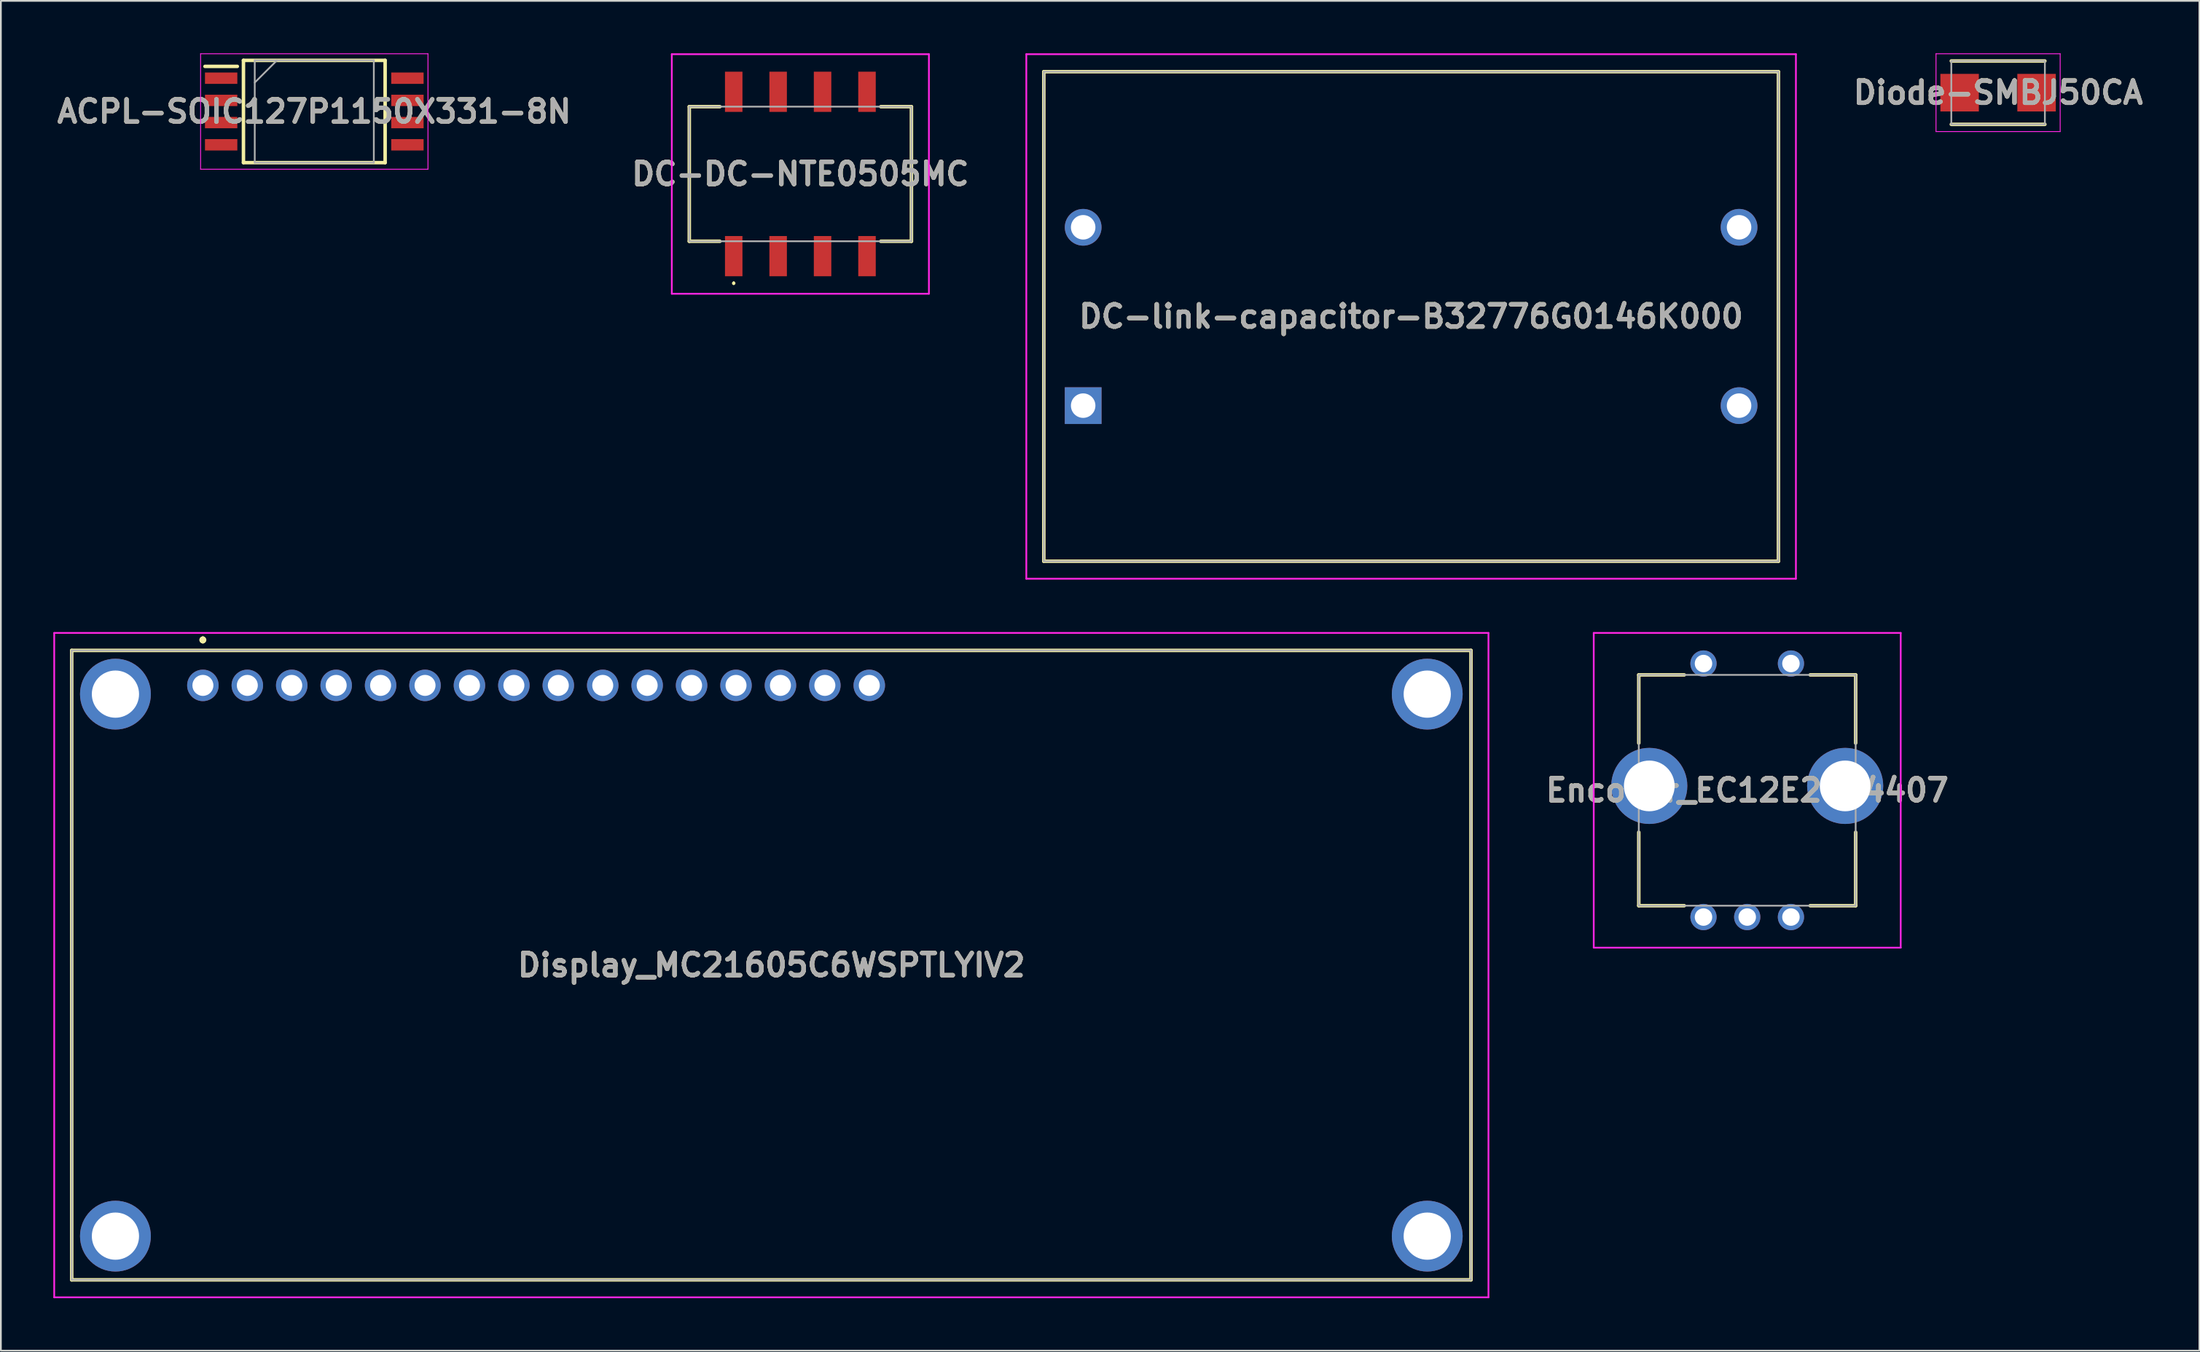
<source format=kicad_pcb>
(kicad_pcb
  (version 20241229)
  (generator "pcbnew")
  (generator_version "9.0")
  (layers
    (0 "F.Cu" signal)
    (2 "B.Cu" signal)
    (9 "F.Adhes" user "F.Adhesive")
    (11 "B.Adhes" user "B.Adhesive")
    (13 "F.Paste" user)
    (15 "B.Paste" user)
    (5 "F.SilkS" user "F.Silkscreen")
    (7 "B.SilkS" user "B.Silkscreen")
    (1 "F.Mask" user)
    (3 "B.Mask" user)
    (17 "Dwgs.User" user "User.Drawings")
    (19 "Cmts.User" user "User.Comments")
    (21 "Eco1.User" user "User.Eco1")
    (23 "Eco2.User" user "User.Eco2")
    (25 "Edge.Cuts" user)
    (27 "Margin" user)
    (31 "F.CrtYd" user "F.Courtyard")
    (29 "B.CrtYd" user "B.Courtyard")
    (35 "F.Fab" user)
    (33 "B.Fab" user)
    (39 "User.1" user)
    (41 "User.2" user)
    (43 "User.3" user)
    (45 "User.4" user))
  (footprint "Diode-SMBJ50CA"
    (layer "F.Cu")
    (at 111.187 2.25)
    (property "Reference" "Diode-SMBJ50CA" (at 0 0 0) (layer "F.SilkS") (effects (font (size 1.27 1.27) (thickness 0.254))))
    (attr smd)
    (fp_line (start -2.675 -1.812) (end 2.675 -1.812) (stroke (width 0.2) (type solid)) (layer "F.SilkS"))
    (fp_line (start -2.675 1.812) (end 2.675 1.812) (stroke (width 0.2) (type solid)) (layer "F.SilkS"))
    (fp_line (start -3.55 -2.225) (end 3.55 -2.225) (stroke (width 0.05) (type solid)) (layer "F.CrtYd"))
    (fp_line (start -3.55 2.225) (end -3.55 -2.225) (stroke (width 0.05) (type solid)) (layer "F.CrtYd"))
    (fp_line (start 3.55 -2.225) (end 3.55 2.225) (stroke (width 0.05) (type solid)) (layer "F.CrtYd"))
    (fp_line (start 3.55 2.225) (end -3.55 2.225) (stroke (width 0.05) (type solid)) (layer "F.CrtYd"))
    (fp_line (start -2.675 -1.812) (end 2.675 -1.812) (stroke (width 0.1) (type solid)) (layer "F.Fab"))
    (fp_line (start -2.675 1.812) (end -2.675 -1.812) (stroke (width 0.1) (type solid)) (layer "F.Fab"))
    (fp_line (start 2.675 -1.812) (end 2.675 1.812) (stroke (width 0.1) (type solid)) (layer "F.Fab"))
    (fp_line (start 2.675 1.812) (end -2.675 1.812) (stroke (width 0.1) (type solid)) (layer "F.Fab"))
    (fp_text user "${REFERENCE}" (at 0 0 0) (layer "F.Fab") (effects (font (size 1.27 1.27) (thickness 0.254))))
    (pad "1" smd rect (at -2.2 0 90) (size 2.15 2.2) (layers "F.Cu" "F.Mask" "F.Paste"))
    (pad "2" smd rect (at 2.2 0 90) (size 2.15 2.2) (layers "F.Cu" "F.Mask" "F.Paste")))
  (footprint "DC-link-capacitor-B32776G0146K000"
    (layer "F.Cu")
    (at 58.878 20.15)
    (property "Reference" "DC-link-capacitor-B32776G0146K000" (at 18.75 -5.1 0) (layer "F.SilkS") (effects (font (size 1.27 1.27) (thickness 0.254))))
    (attr through_hole)
    (fp_line (start -2.25 -19.1) (end 39.75 -19.1) (stroke (width 0.2) (type solid)) (layer "F.SilkS"))
    (fp_line (start -2.25 8.9) (end -2.25 -19.1) (stroke (width 0.2) (type solid)) (layer "F.SilkS"))
    (fp_line (start 39.75 -19.1) (end 39.75 8.9) (stroke (width 0.2) (type solid)) (layer "F.SilkS"))
    (fp_line (start 39.75 8.9) (end -2.25 8.9) (stroke (width 0.2) (type solid)) (layer "F.SilkS"))
    (fp_line (start -3.25 -20.1) (end 40.75 -20.1) (stroke (width 0.1) (type solid)) (layer "F.CrtYd"))
    (fp_line (start -3.25 9.9) (end -3.25 -20.1) (stroke (width 0.1) (type solid)) (layer "F.CrtYd"))
    (fp_line (start 40.75 -20.1) (end 40.75 9.9) (stroke (width 0.1) (type solid)) (layer "F.CrtYd"))
    (fp_line (start 40.75 9.9) (end -3.25 9.9) (stroke (width 0.1) (type solid)) (layer "F.CrtYd"))
    (fp_line (start -2.25 -19.1) (end 39.75 -19.1) (stroke (width 0.1) (type solid)) (layer "F.Fab"))
    (fp_line (start -2.25 8.9) (end -2.25 -19.1) (stroke (width 0.1) (type solid)) (layer "F.Fab"))
    (fp_line (start 39.75 -19.1) (end 39.75 8.9) (stroke (width 0.1) (type solid)) (layer "F.Fab"))
    (fp_line (start 39.75 8.9) (end -2.25 8.9) (stroke (width 0.1) (type solid)) (layer "F.Fab"))
    (fp_text user "${REFERENCE}" (at 18.75 -5.1 0) (layer "F.Fab") (effects (font (size 1.27 1.27) (thickness 0.254))))
    (pad "1" thru_hole rect (at 0 0) (size 2.1 2.1) (drill 1.4) (layers "*.Cu" "*.Mask"))
    (pad "2" thru_hole circle (at 37.5 0) (size 2.1 2.1) (drill 1.4) (layers "*.Cu" "*.Mask"))
    (pad "3" thru_hole circle (at 0 -10.2) (size 2.1 2.1) (drill 1.4) (layers "*.Cu" "*.Mask"))
    (pad "4" thru_hole circle (at 37.5 -10.2) (size 2.1 2.1) (drill 1.4) (layers "*.Cu" "*.Mask")))
  (footprint "Display_MC21605C6WSPTLYIV2"
    (layer "F.Cu")
    (at 8.55 36.15)
    (property "Reference" "Display_MC21605C6WSPTLYIV2" (at 32.5 16 0) (layer "F.SilkS") (effects (font (size 1.27 1.27) (thickness 0.254))))
    (attr through_hole)
    (fp_line (start -7.5 -2) (end -7.5 34) (stroke (width 0.2) (type solid)) (layer "F.SilkS"))
    (fp_line (start -7.5 34) (end 72.5 34) (stroke (width 0.2) (type solid)) (layer "F.SilkS"))
    (fp_line (start 0 -2.7) (end 0 -2.7) (stroke (width 0.2) (type solid)) (layer "F.SilkS"))
    (fp_line (start 0 -2.7) (end 0 -2.7) (stroke (width 0.2) (type solid)) (layer "F.SilkS"))
    (fp_line (start 0 -2.5) (end 0 -2.5) (stroke (width 0.2) (type solid)) (layer "F.SilkS"))
    (fp_line (start 72.5 -2) (end -7.5 -2) (stroke (width 0.2) (type solid)) (layer "F.SilkS"))
    (fp_line (start 72.5 34) (end 72.5 -2) (stroke (width 0.2) (type solid)) (layer "F.SilkS"))
    (fp_arc (start 0 -2.7) (mid 0.1 -2.6) (end 0 -2.5) (stroke (width 0.2) (type solid)) (layer "F.SilkS"))
    (fp_arc (start 0 -2.5) (mid -0.1 -2.6) (end 0 -2.7) (stroke (width 0.2) (type solid)) (layer "F.SilkS"))
    (fp_arc (start 0 -2.5) (mid -0.1 -2.6) (end 0 -2.7) (stroke (width 0.2) (type solid)) (layer "F.SilkS"))
    (fp_line (start -8.5 -3) (end 73.5 -3) (stroke (width 0.1) (type solid)) (layer "F.CrtYd"))
    (fp_line (start -8.5 35) (end -8.5 -3) (stroke (width 0.1) (type solid)) (layer "F.CrtYd"))
    (fp_line (start 73.5 -3) (end 73.5 35) (stroke (width 0.1) (type solid)) (layer "F.CrtYd"))
    (fp_line (start 73.5 35) (end -8.5 35) (stroke (width 0.1) (type solid)) (layer "F.CrtYd"))
    (fp_line (start -7.5 -2) (end -7.5 34) (stroke (width 0.1) (type solid)) (layer "F.Fab"))
    (fp_line (start -7.5 34) (end 72.5 34) (stroke (width 0.1) (type solid)) (layer "F.Fab"))
    (fp_line (start 72.5 -2) (end -7.5 -2) (stroke (width 0.1) (type solid)) (layer "F.Fab"))
    (fp_line (start 72.5 34) (end 72.5 -2) (stroke (width 0.1) (type solid)) (layer "F.Fab"))
    (fp_text user "${REFERENCE}" (at 32.5 16 0) (layer "F.Fab") (effects (font (size 1.27 1.27) (thickness 0.254))))
    (pad "1" thru_hole circle (at 0 0) (size 1.8 1.8) (drill 1.2) (layers "*.Cu" "*.Mask"))
    (pad "2" thru_hole circle (at 2.54 0) (size 1.8 1.8) (drill 1.2) (layers "*.Cu" "*.Mask"))
    (pad "3" thru_hole circle (at 5.08 0) (size 1.8 1.8) (drill 1.2) (layers "*.Cu" "*.Mask"))
    (pad "4" thru_hole circle (at 7.62 0) (size 1.8 1.8) (drill 1.2) (layers "*.Cu" "*.Mask"))
    (pad "5" thru_hole circle (at 10.16 0) (size 1.8 1.8) (drill 1.2) (layers "*.Cu" "*.Mask"))
    (pad "6" thru_hole circle (at 12.7 0) (size 1.8 1.8) (drill 1.2) (layers "*.Cu" "*.Mask"))
    (pad "7" thru_hole circle (at 15.24 0) (size 1.8 1.8) (drill 1.2) (layers "*.Cu" "*.Mask"))
    (pad "8" thru_hole circle (at 17.78 0) (size 1.8 1.8) (drill 1.2) (layers "*.Cu" "*.Mask"))
    (pad "9" thru_hole circle (at 20.32 0) (size 1.8 1.8) (drill 1.2) (layers "*.Cu" "*.Mask"))
    (pad "10" thru_hole circle (at 22.86 0) (size 1.8 1.8) (drill 1.2) (layers "*.Cu" "*.Mask"))
    (pad "11" thru_hole circle (at 25.4 0) (size 1.8 1.8) (drill 1.2) (layers "*.Cu" "*.Mask"))
    (pad "12" thru_hole circle (at 27.94 0) (size 1.8 1.8) (drill 1.2) (layers "*.Cu" "*.Mask"))
    (pad "13" thru_hole circle (at 30.48 0) (size 1.8 1.8) (drill 1.2) (layers "*.Cu" "*.Mask"))
    (pad "14" thru_hole circle (at 33.02 0) (size 1.8 1.8) (drill 1.2) (layers "*.Cu" "*.Mask"))
    (pad "15" thru_hole circle (at 35.56 0) (size 1.8 1.8) (drill 1.2) (layers "*.Cu" "*.Mask"))
    (pad "16" thru_hole circle (at 38.1 0) (size 1.8 1.8) (drill 1.2) (layers "*.Cu" "*.Mask"))
    (pad "MH1" thru_hole circle (at -5 0.5) (size 4.05 4.05) (drill 2.7) (layers "*.Cu" "*.Mask"))
    (pad "MH2" thru_hole circle (at 70 0.5) (size 4.05 4.05) (drill 2.7) (layers "*.Cu" "*.Mask"))
    (pad "MH3" thru_hole circle (at -5 31.5) (size 4.05 4.05) (drill 2.7) (layers "*.Cu" "*.Mask"))
    (pad "MH4" thru_hole circle (at 70 31.5) (size 4.05 4.05) (drill 2.7) (layers "*.Cu" "*.Mask")))
  (footprint "DC-DC-NTE0505MC"
    (layer "F.Cu")
    (at 42.709 6.9)
    (property "Reference" "DC-DC-NTE0505MC" (at 0 0 0) (layer "F.SilkS") (effects (font (size 1.27 1.27) (thickness 0.254))))
    (attr smd)
    (fp_line (start -6.35 -3.85) (end -4.6 -3.85) (stroke (width 0.2) (type solid)) (layer "F.SilkS"))
    (fp_line (start -6.35 3.85) (end -6.35 -3.85) (stroke (width 0.2) (type solid)) (layer "F.SilkS"))
    (fp_line (start -4.6 3.85) (end -6.35 3.85) (stroke (width 0.2) (type solid)) (layer "F.SilkS"))
    (fp_line (start -3.81 6.2) (end -3.81 6.2) (stroke (width 0.1) (type solid)) (layer "F.SilkS"))
    (fp_line (start -3.81 6.3) (end -3.81 6.3) (stroke (width 0.1) (type solid)) (layer "F.SilkS"))
    (fp_line (start 4.6 -3.85) (end 6.35 -3.85) (stroke (width 0.2) (type solid)) (layer "F.SilkS"))
    (fp_line (start 6.35 -3.85) (end 6.35 3.85) (stroke (width 0.2) (type solid)) (layer "F.SilkS"))
    (fp_line (start 6.35 3.85) (end 4.6 3.85) (stroke (width 0.2) (type solid)) (layer "F.SilkS"))
    (fp_arc (start -3.81 6.2) (mid -3.76 6.25) (end -3.81 6.3) (stroke (width 0.1) (type solid)) (layer "F.SilkS"))
    (fp_arc (start -3.81 6.3) (mid -3.86 6.25) (end -3.81 6.2) (stroke (width 0.1) (type solid)) (layer "F.SilkS"))
    (fp_line (start -7.35 -6.85) (end 7.35 -6.85) (stroke (width 0.1) (type solid)) (layer "F.CrtYd"))
    (fp_line (start -7.35 6.85) (end -7.35 -6.85) (stroke (width 0.1) (type solid)) (layer "F.CrtYd"))
    (fp_line (start 7.35 -6.85) (end 7.35 6.85) (stroke (width 0.1) (type solid)) (layer "F.CrtYd"))
    (fp_line (start 7.35 6.85) (end -7.35 6.85) (stroke (width 0.1) (type solid)) (layer "F.CrtYd"))
    (fp_line (start -6.35 -3.85) (end -6.35 3.85) (stroke (width 0.1) (type solid)) (layer "F.Fab"))
    (fp_line (start -6.35 3.85) (end 6.35 3.85) (stroke (width 0.1) (type solid)) (layer "F.Fab"))
    (fp_line (start 6.35 -3.85) (end -6.35 -3.85) (stroke (width 0.1) (type solid)) (layer "F.Fab"))
    (fp_line (start 6.35 3.85) (end 6.35 -3.85) (stroke (width 0.1) (type solid)) (layer "F.Fab"))
    (fp_text user "${REFERENCE}" (at 0 0 0) (layer "F.Fab") (effects (font (size 1.27 1.27) (thickness 0.254))))
    (pad "1" smd rect (at -3.81 4.7) (size 1 2.3) (layers "F.Cu" "F.Mask" "F.Paste"))
    (pad "3" smd rect (at -1.27 4.7) (size 1 2.3) (layers "F.Cu" "F.Mask" "F.Paste"))
    (pad "5" smd rect (at 1.27 4.7) (size 1 2.3) (layers "F.Cu" "F.Mask" "F.Paste"))
    (pad "7" smd rect (at 3.81 4.7) (size 1 2.3) (layers "F.Cu" "F.Mask" "F.Paste"))
    (pad "8" smd rect (at 3.81 -4.7) (size 1 2.3) (layers "F.Cu" "F.Mask" "F.Paste"))
    (pad "10" smd rect (at 1.27 -4.7) (size 1 2.3) (layers "F.Cu" "F.Mask" "F.Paste"))
    (pad "12" smd rect (at -1.27 -4.7) (size 1 2.3) (layers "F.Cu" "F.Mask" "F.Paste"))
    (pad "14" smd rect (at -3.81 -4.7) (size 1 2.3) (layers "F.Cu" "F.Mask" "F.Paste")))
  (footprint "Encoder_EC12E2424407"
    (layer "F.Cu")
    (at 94.344 49.4)
    (property "Reference" "Encoder_EC12E2424407" (at 2.5 -7.25 0) (layer "F.SilkS") (effects (font (size 1.27 1.27) (thickness 0.254))))
    (attr through_hole)
    (fp_line (start -3.7 -13.85) (end -1.1 -13.85) (stroke (width 0.2) (type solid)) (layer "F.SilkS"))
    (fp_line (start -3.7 -9.95) (end -3.7 -13.85) (stroke (width 0.2) (type solid)) (layer "F.SilkS"))
    (fp_line (start -3.7 -4.85) (end -3.7 -0.65) (stroke (width 0.2) (type solid)) (layer "F.SilkS"))
    (fp_line (start -3.7 -0.65) (end -1.1 -0.65) (stroke (width 0.2) (type solid)) (layer "F.SilkS"))
    (fp_line (start 6.1 -13.85) (end 8.7 -13.85) (stroke (width 0.2) (type solid)) (layer "F.SilkS"))
    (fp_line (start 8.7 -13.85) (end 8.7 -9.95) (stroke (width 0.2) (type solid)) (layer "F.SilkS"))
    (fp_line (start 8.7 -4.85) (end 8.7 -0.65) (stroke (width 0.2) (type solid)) (layer "F.SilkS"))
    (fp_line (start 8.7 -0.65) (end 6.1 -0.65) (stroke (width 0.2) (type solid)) (layer "F.SilkS"))
    (fp_line (start -6.275 -16.25) (end 11.275 -16.25) (stroke (width 0.1) (type solid)) (layer "F.CrtYd"))
    (fp_line (start -6.275 1.75) (end -6.275 -16.25) (stroke (width 0.1) (type solid)) (layer "F.CrtYd"))
    (fp_line (start 11.275 -16.25) (end 11.275 1.75) (stroke (width 0.1) (type solid)) (layer "F.CrtYd"))
    (fp_line (start 11.275 1.75) (end -6.275 1.75) (stroke (width 0.1) (type solid)) (layer "F.CrtYd"))
    (fp_line (start -3.7 -13.85) (end 8.7 -13.85) (stroke (width 0.1) (type solid)) (layer "F.Fab"))
    (fp_line (start -3.7 -0.65) (end -3.7 -13.85) (stroke (width 0.1) (type solid)) (layer "F.Fab"))
    (fp_line (start 8.7 -13.85) (end 8.7 -0.65) (stroke (width 0.1) (type solid)) (layer "F.Fab"))
    (fp_line (start 8.7 -0.65) (end -3.7 -0.65) (stroke (width 0.1) (type solid)) (layer "F.Fab"))
    (fp_text user "${REFERENCE}" (at 2.5 -7.25 0) (layer "F.Fab") (effects (font (size 1.27 1.27) (thickness 0.254))))
    (pad "A1" thru_hole circle (at 0 0) (size 1.5 1.5) (drill 1) (layers "*.Cu" "*.Mask"))
    (pad "B1" thru_hole circle (at 5 0) (size 1.5 1.5) (drill 1) (layers "*.Cu" "*.Mask"))
    (pad "C1" thru_hole circle (at 2.5 0) (size 1.5 1.5) (drill 1) (layers "*.Cu" "*.Mask"))
    (pad "D1" thru_hole circle (at 0 -14.5) (size 1.5 1.5) (drill 1) (layers "*.Cu" "*.Mask"))
    (pad "E1" thru_hole circle (at 5 -14.5) (size 1.5 1.5) (drill 1) (layers "*.Cu" "*.Mask"))
    (pad "MH1" thru_hole circle (at -3.1 -7.5) (size 4.35 4.35) (drill 2.9) (layers "*.Cu" "*.Mask"))
    (pad "MH2" thru_hole circle (at 8.1 -7.5) (size 4.35 4.35) (drill 2.9) (layers "*.Cu" "*.Mask")))
  (footprint "ACPL-SOIC127P1150X331-8N"
    (layer "F.Cu")
    (at 14.919 3.327)
    (property "Reference" "ACPL-SOIC127P1150X331-8N" (at 0 0 0) (layer "F.SilkS") (effects (font (size 1.27 1.27) (thickness 0.254))))
    (attr smd)
    (fp_line (start -6.25 -2.58) (end -4.4 -2.58) (stroke (width 0.2) (type solid)) (layer "F.SilkS"))
    (fp_line (start -4.05 -2.925) (end 4.05 -2.925) (stroke (width 0.2) (type solid)) (layer "F.SilkS"))
    (fp_line (start -4.05 2.925) (end -4.05 -2.925) (stroke (width 0.2) (type solid)) (layer "F.SilkS"))
    (fp_line (start 4.05 -2.925) (end 4.05 2.925) (stroke (width 0.2) (type solid)) (layer "F.SilkS"))
    (fp_line (start 4.05 2.925) (end -4.05 2.925) (stroke (width 0.2) (type solid)) (layer "F.SilkS"))
    (fp_line (start -6.5 -3.302) (end 6.5 -3.302) (stroke (width 0.05) (type solid)) (layer "F.CrtYd"))
    (fp_line (start -6.5 3.302) (end -6.5 -3.302) (stroke (width 0.05) (type solid)) (layer "F.CrtYd"))
    (fp_line (start 6.5 -3.302) (end 6.5 3.302) (stroke (width 0.05) (type solid)) (layer "F.CrtYd"))
    (fp_line (start 6.5 3.302) (end -6.5 3.302) (stroke (width 0.05) (type solid)) (layer "F.CrtYd"))
    (fp_line (start -3.404 -2.925) (end 3.404 -2.925) (stroke (width 0.1) (type solid)) (layer "F.Fab"))
    (fp_line (start -3.404 -1.655) (end -2.134 -2.925) (stroke (width 0.1) (type solid)) (layer "F.Fab"))
    (fp_line (start -3.404 2.925) (end -3.404 -2.925) (stroke (width 0.1) (type solid)) (layer "F.Fab"))
    (fp_line (start 3.404 -2.925) (end 3.404 2.925) (stroke (width 0.1) (type solid)) (layer "F.Fab"))
    (fp_line (start 3.404 2.925) (end -3.404 2.925) (stroke (width 0.1) (type solid)) (layer "F.Fab"))
    (fp_text user "${REFERENCE}" (at 0 0 0) (layer "F.Fab") (effects (font (size 1.27 1.27) (thickness 0.254))))
    (pad "1" smd rect (at -5.325 -1.905 90) (size 0.65 1.85) (layers "F.Cu" "F.Mask" "F.Paste"))
    (pad "2" smd rect (at -5.325 -0.635 90) (size 0.65 1.85) (layers "F.Cu" "F.Mask" "F.Paste"))
    (pad "3" smd rect (at -5.325 0.635 90) (size 0.65 1.85) (layers "F.Cu" "F.Mask" "F.Paste"))
    (pad "4" smd rect (at -5.325 1.905 90) (size 0.65 1.85) (layers "F.Cu" "F.Mask" "F.Paste"))
    (pad "5" smd rect (at 5.325 1.905 90) (size 0.65 1.85) (layers "F.Cu" "F.Mask" "F.Paste"))
    (pad "6" smd rect (at 5.325 0.635 90) (size 0.65 1.85) (layers "F.Cu" "F.Mask" "F.Paste"))
    (pad "7" smd rect (at 5.325 -0.635 90) (size 0.65 1.85) (layers "F.Cu" "F.Mask" "F.Paste"))
    (pad "8" smd rect (at 5.325 -1.905 90) (size 0.65 1.85) (layers "F.Cu" "F.Mask" "F.Paste")))
  (gr_rect
    (start -3 -3)
    (end 122.696 74.2)
    (stroke (width 0.1) (type default))
    (fill no)
    (layer "Edge.Cuts")))
</source>
